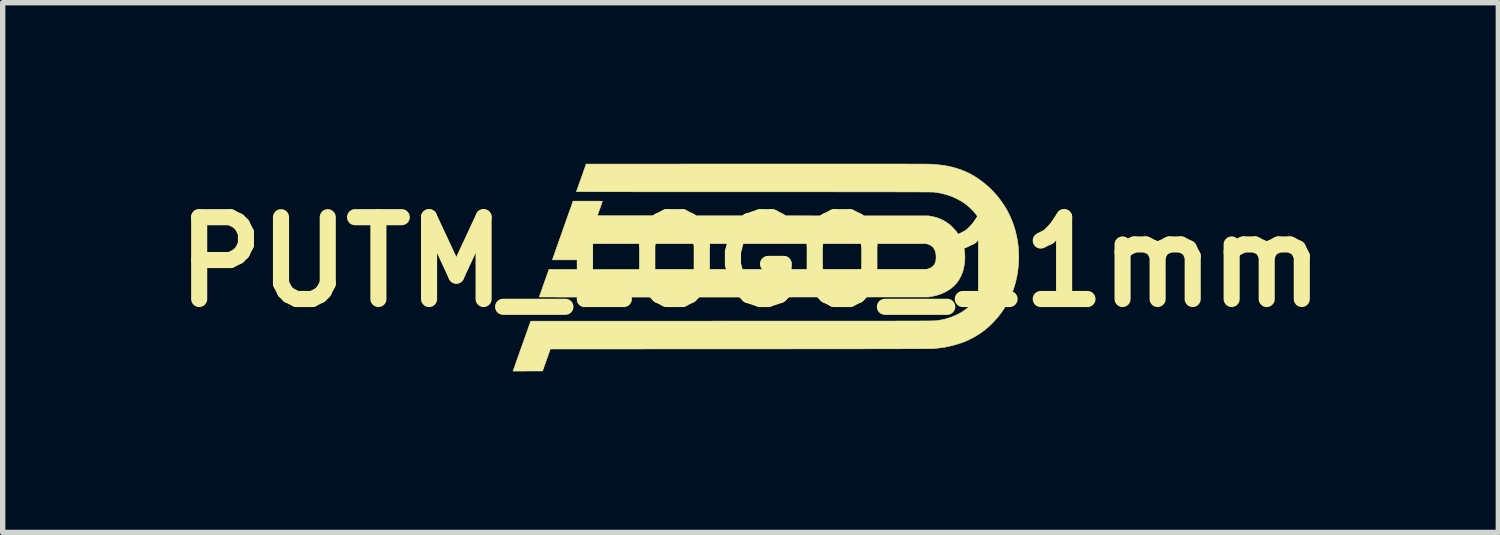
<source format=kicad_pcb>
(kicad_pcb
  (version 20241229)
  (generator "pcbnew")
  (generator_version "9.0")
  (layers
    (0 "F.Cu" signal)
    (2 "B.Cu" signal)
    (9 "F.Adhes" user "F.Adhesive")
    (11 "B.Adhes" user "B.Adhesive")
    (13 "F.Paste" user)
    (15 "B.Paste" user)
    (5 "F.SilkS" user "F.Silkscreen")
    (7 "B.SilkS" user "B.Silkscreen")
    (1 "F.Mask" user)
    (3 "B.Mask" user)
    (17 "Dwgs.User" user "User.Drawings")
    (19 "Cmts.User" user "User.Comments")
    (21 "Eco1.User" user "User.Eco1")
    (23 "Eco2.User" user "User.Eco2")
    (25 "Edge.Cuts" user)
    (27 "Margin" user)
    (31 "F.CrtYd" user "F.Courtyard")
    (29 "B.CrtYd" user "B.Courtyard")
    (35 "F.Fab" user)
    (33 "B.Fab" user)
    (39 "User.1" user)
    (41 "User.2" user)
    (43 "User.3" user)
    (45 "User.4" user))
  (footprint "PUTM_LOGO_11mm"
    (layer "F.Cu")
    (at 10.929 1.83)
    (property "Reference" "PUTM_LOGO_11mm" (at 0 0 0) (layer "F.SilkS") (effects (font (size 1.524 1.524) (thickness 0.3))))
    (attr through_hole)
    (fp_poly (pts (xy -2.98 -1.133) (xy -2.935 -1.133) (xy -2.895 -1.133) (xy -2.861 -1.133) (xy -2.833 -1.133) (xy -2.809 -1.133) (xy -2.79 -1.132) (xy -2.776 -1.132) (xy -2.766 -1.131) (xy -2.761 -1.131) (xy -2.759 -1.13) (xy -2.76 -1.126) (xy -2.763 -1.117) (xy -2.768 -1.103) (xy -2.774 -1.086) (xy -2.781 -1.064) (xy -2.79 -1.04) (xy -2.799 -1.014) (xy -2.805 -0.996) (xy -2.815 -0.968) (xy -2.824 -0.943) (xy -2.832 -0.92) (xy -2.839 -0.9) (xy -2.844 -0.883) (xy -2.848 -0.871) (xy -2.851 -0.864) (xy -2.851 -0.863) (xy -2.848 -0.863) (xy -2.839 -0.863) (xy -2.823 -0.862) (xy -2.802 -0.862) (xy -2.775 -0.862) (xy -2.742 -0.862) (xy -2.703 -0.862) (xy -2.66 -0.862) (xy -2.611 -0.862) (xy -2.556 -0.862) (xy -2.497 -0.862) (xy -2.433 -0.862) (xy -2.365 -0.861) (xy -2.291 -0.861) (xy -2.213 -0.861) (xy -2.131 -0.861) (xy -2.045 -0.861) (xy -1.955 -0.861) (xy -1.861 -0.861) (xy -1.763 -0.861) (xy -1.661 -0.861) (xy -1.557 -0.86) (xy -1.448 -0.86) (xy -1.337 -0.86) (xy -1.222 -0.86) (xy -1.104 -0.86) (xy -0.984 -0.86) (xy -0.861 -0.86) (xy -0.735 -0.86) (xy -0.607 -0.86) (xy -0.477 -0.86) (xy -0.345 -0.86) (xy -0.211 -0.86) (xy -0.074 -0.86) (xy 0.064 -0.86) (xy 0.203 -0.86) (xy 0.233 -0.86) (xy 3.316 -0.859) (xy 3.356 -0.852) (xy 3.421 -0.839) (xy 3.482 -0.822) (xy 3.538 -0.8) (xy 3.592 -0.775) (xy 3.643 -0.744) (xy 3.693 -0.709) (xy 3.734 -0.675) (xy 3.782 -0.628) (xy 3.826 -0.577) (xy 3.866 -0.522) (xy 3.901 -0.464) (xy 3.931 -0.404) (xy 3.955 -0.341) (xy 3.973 -0.278) (xy 3.985 -0.212) (xy 3.992 -0.145) (xy 3.994 -0.075) (xy 3.991 -0.026) (xy 3.984 0.039) (xy 3.974 0.099) (xy 3.961 0.155) (xy 3.943 0.207) (xy 3.922 0.258) (xy 3.921 0.26) (xy 3.901 0.299) (xy 3.881 0.334) (xy 3.86 0.365) (xy 3.836 0.395) (xy 3.809 0.425) (xy 3.805 0.428) (xy 3.763 0.468) (xy 3.719 0.504) (xy 3.671 0.535) (xy 3.619 0.563) (xy 3.618 0.564) (xy 3.578 0.582) (xy 3.537 0.599) (xy 3.495 0.613) (xy 3.451 0.625) (xy 3.403 0.636) (xy 3.353 0.645) (xy 3.313 0.652) (xy -0.31 0.653) (xy -0.462 0.653) (xy -0.612 0.653) (xy -0.76 0.653) (xy -0.907 0.653) (xy -1.052 0.653) (xy -1.194 0.653) (xy -1.335 0.653) (xy -1.473 0.653) (xy -1.609 0.653) (xy -1.742 0.653) (xy -1.873 0.653) (xy -2 0.653) (xy -2.125 0.653) (xy -2.247 0.653) (xy -2.366 0.653) (xy -2.481 0.653) (xy -2.593 0.653) (xy -2.701 0.653) (xy -2.806 0.653) (xy -2.907 0.653) (xy -3.004 0.653) (xy -3.097 0.653) (xy -3.185 0.653) (xy -3.27 0.653) (xy -3.35 0.653) (xy -3.425 0.653) (xy -3.496 0.653) (xy -3.562 0.653) (xy -3.623 0.653) (xy -3.679 0.652) (xy -3.729 0.652) (xy -3.775 0.652) (xy -3.815 0.652) (xy -3.849 0.652) (xy -3.878 0.652) (xy -3.901 0.652) (xy -3.918 0.652) (xy -3.929 0.652) (xy -3.934 0.652) (xy -3.934 0.652) (xy -3.933 0.648) (xy -3.93 0.64) (xy -3.925 0.626) (xy -3.919 0.607) (xy -3.911 0.584) (xy -3.901 0.557) (xy -3.891 0.527) (xy -3.879 0.495) (xy -3.867 0.459) (xy -3.854 0.422) (xy -3.844 0.394) (xy -3.753 0.138) (xy -0.234 0.137) (xy 3.285 0.135) (xy 3.308 0.128) (xy 3.343 0.116) (xy 3.373 0.1) (xy 3.398 0.081) (xy 3.419 0.058) (xy 3.435 0.031) (xy 3.447 -0.001) (xy 3.454 -0.036) (xy 3.457 -0.077) (xy 3.457 -0.111) (xy 3.452 -0.155) (xy 3.444 -0.194) (xy 3.431 -0.228) (xy 3.413 -0.258) (xy 3.391 -0.284) (xy 3.364 -0.305) (xy 3.333 -0.322) (xy 3.299 -0.334) (xy 3.272 -0.341) (xy -3.036 -0.341) (xy -3.089 -0.191) (xy -3.143 -0.04) (xy -3.416 -0.039) (xy -3.466 -0.039) (xy -3.511 -0.039) (xy -3.552 -0.039) (xy -3.588 -0.039) (xy -3.618 -0.039) (xy -3.644 -0.039) (xy -3.664 -0.04) (xy -3.679 -0.04) (xy -3.687 -0.041) (xy -3.689 -0.041) (xy -3.688 -0.044) (xy -3.685 -0.053) (xy -3.68 -0.068) (xy -3.674 -0.087) (xy -3.665 -0.111) (xy -3.655 -0.14) (xy -3.644 -0.173) (xy -3.631 -0.209) (xy -3.617 -0.25) (xy -3.601 -0.293) (xy -3.585 -0.34) (xy -3.568 -0.389) (xy -3.549 -0.44) (xy -3.53 -0.494) (xy -3.511 -0.549) (xy -3.502 -0.575) (xy -3.482 -0.631) (xy -3.463 -0.686) (xy -3.444 -0.739) (xy -3.426 -0.79) (xy -3.409 -0.838) (xy -3.393 -0.883) (xy -3.378 -0.926) (xy -3.364 -0.965) (xy -3.351 -1.001) (xy -3.34 -1.032) (xy -3.331 -1.059) (xy -3.323 -1.082) (xy -3.316 -1.099) (xy -3.312 -1.112) (xy -3.31 -1.119) (xy -3.309 -1.12) (xy -3.305 -1.133) (xy -3.032 -1.133) (xy -2.98 -1.133)) (stroke (width 0.01) (type solid)) (fill yes) (layer "F.SilkS"))
    (fp_poly (pts (xy 1.58 -1.825) (xy 1.714 -1.825) (xy 1.842 -1.825) (xy 1.964 -1.825) (xy 2.08 -1.825) (xy 2.191 -1.825) (xy 2.297 -1.825) (xy 2.397 -1.825) (xy 2.492 -1.825) (xy 2.581 -1.825) (xy 2.666 -1.825) (xy 2.745 -1.825) (xy 2.819 -1.825) (xy 2.887 -1.825) (xy 2.951 -1.824) (xy 3.01 -1.824) (xy 3.064 -1.824) (xy 3.114 -1.824) (xy 3.158 -1.824) (xy 3.198 -1.824) (xy 3.233 -1.824) (xy 3.264 -1.824) (xy 3.29 -1.823) (xy 3.312 -1.823) (xy 3.329 -1.823) (xy 3.342 -1.823) (xy 3.351 -1.823) (xy 3.354 -1.822) (xy 3.459 -1.815) (xy 3.559 -1.804) (xy 3.654 -1.789) (xy 3.745 -1.77) (xy 3.833 -1.746) (xy 3.918 -1.718) (xy 4 -1.685) (xy 4.079 -1.648) (xy 4.156 -1.605) (xy 4.232 -1.557) (xy 4.306 -1.504) (xy 4.379 -1.446) (xy 4.421 -1.41) (xy 4.442 -1.391) (xy 4.466 -1.368) (xy 4.491 -1.343) (xy 4.517 -1.317) (xy 4.542 -1.29) (xy 4.565 -1.265) (xy 4.585 -1.243) (xy 4.594 -1.232) (xy 4.658 -1.15) (xy 4.717 -1.065) (xy 4.771 -0.977) (xy 4.819 -0.886) (xy 4.861 -0.792) (xy 4.898 -0.696) (xy 4.929 -0.597) (xy 4.954 -0.496) (xy 4.974 -0.394) (xy 4.987 -0.289) (xy 4.995 -0.183) (xy 4.997 -0.075) (xy 4.992 0.034) (xy 4.989 0.072) (xy 4.977 0.18) (xy 4.959 0.284) (xy 4.935 0.387) (xy 4.905 0.487) (xy 4.869 0.585) (xy 4.828 0.68) (xy 4.807 0.722) (xy 4.76 0.809) (xy 4.708 0.892) (xy 4.652 0.97) (xy 4.591 1.046) (xy 4.524 1.119) (xy 4.497 1.147) (xy 4.459 1.184) (xy 4.423 1.216) (xy 4.388 1.246) (xy 4.353 1.275) (xy 4.315 1.302) (xy 4.274 1.331) (xy 4.262 1.338) (xy 4.19 1.384) (xy 4.117 1.424) (xy 4.043 1.46) (xy 3.967 1.491) (xy 3.902 1.514) (xy 3.85 1.53) (xy 3.801 1.545) (xy 3.753 1.558) (xy 3.707 1.569) (xy 3.66 1.579) (xy 3.612 1.588) (xy 3.562 1.595) (xy 3.508 1.602) (xy 3.45 1.609) (xy 3.402 1.614) (xy 3.398 1.614) (xy 3.392 1.614) (xy 3.383 1.614) (xy 3.371 1.614) (xy 3.355 1.614) (xy 3.337 1.615) (xy 3.315 1.615) (xy 3.29 1.615) (xy 3.262 1.615) (xy 3.23 1.615) (xy 3.195 1.615) (xy 3.156 1.616) (xy 3.113 1.616) (xy 3.067 1.616) (xy 3.016 1.616) (xy 2.962 1.616) (xy 2.903 1.616) (xy 2.841 1.616) (xy 2.774 1.617) (xy 2.702 1.617) (xy 2.627 1.617) (xy 2.546 1.617) (xy 2.462 1.617) (xy 2.372 1.617) (xy 2.278 1.617) (xy 2.179 1.617) (xy 2.074 1.618) (xy 1.965 1.618) (xy 1.851 1.618) (xy 1.732 1.618) (xy 1.607 1.618) (xy 1.477 1.618) (xy 1.341 1.618) (xy 1.2 1.618) (xy 1.053 1.618) (xy 0.901 1.618) (xy 0.742 1.619) (xy 0.578 1.619) (xy 0.408 1.619) (xy 0.232 1.619) (xy 0.049 1.619) (xy -0.139 1.619) (xy -0.184 1.619) (xy -3.728 1.621) (xy -3.8 1.826) (xy -3.873 2.03) (xy -4.148 2.031) (xy -4.423 2.032) (xy -4.411 1.998) (xy -4.408 1.991) (xy -4.404 1.978) (xy -4.397 1.96) (xy -4.389 1.938) (xy -4.38 1.91) (xy -4.369 1.879) (xy -4.356 1.844) (xy -4.343 1.805) (xy -4.328 1.764) (xy -4.312 1.719) (xy -4.296 1.673) (xy -4.279 1.624) (xy -4.261 1.574) (xy -4.246 1.533) (xy -4.094 1.102) (xy -0.348 1.101) (xy -0.162 1.101) (xy 0.018 1.101) (xy 0.192 1.101) (xy 0.36 1.101) (xy 0.522 1.101) (xy 0.678 1.101) (xy 0.828 1.101) (xy 0.973 1.101) (xy 1.112 1.1) (xy 1.246 1.1) (xy 1.374 1.1) (xy 1.498 1.1) (xy 1.616 1.1) (xy 1.73 1.1) (xy 1.838 1.1) (xy 1.942 1.1) (xy 2.041 1.1) (xy 2.136 1.1) (xy 2.226 1.1) (xy 2.312 1.1) (xy 2.394 1.1) (xy 2.472 1.1) (xy 2.545 1.1) (xy 2.615 1.1) (xy 2.681 1.1) (xy 2.744 1.099) (xy 2.802 1.099) (xy 2.858 1.099) (xy 2.91 1.099) (xy 2.959 1.099) (xy 3.004 1.099) (xy 3.047 1.099) (xy 3.087 1.099) (xy 3.124 1.099) (xy 3.158 1.099) (xy 3.19 1.098) (xy 3.219 1.098) (xy 3.246 1.098) (xy 3.271 1.098) (xy 3.293 1.098) (xy 3.314 1.098) (xy 3.332 1.098) (xy 3.349 1.097) (xy 3.364 1.097) (xy 3.377 1.097) (xy 3.389 1.097) (xy 3.399 1.097) (xy 3.408 1.096) (xy 3.416 1.096) (xy 3.423 1.096) (xy 3.429 1.096) (xy 3.434 1.095) (xy 3.438 1.095) (xy 3.442 1.095) (xy 3.445 1.095) (xy 3.448 1.094) (xy 3.448 1.094) (xy 3.497 1.088) (xy 3.542 1.081) (xy 3.583 1.074) (xy 3.623 1.064) (xy 3.662 1.054) (xy 3.667 1.052) (xy 3.746 1.025) (xy 3.821 0.994) (xy 3.892 0.959) (xy 3.959 0.919) (xy 4.022 0.874) (xy 4.083 0.824) (xy 4.126 0.783) (xy 4.15 0.758) (xy 4.171 0.736) (xy 4.189 0.716) (xy 4.206 0.696) (xy 4.222 0.674) (xy 4.239 0.649) (xy 4.251 0.632) (xy 4.291 0.565) (xy 4.327 0.495) (xy 4.358 0.42) (xy 4.385 0.341) (xy 4.406 0.259) (xy 4.422 0.173) (xy 4.434 0.083) (xy 4.441 -0.01) (xy 4.443 -0.106) (xy 4.441 -0.164) (xy 4.435 -0.257) (xy 4.424 -0.347) (xy 4.408 -0.434) (xy 4.387 -0.517) (xy 4.361 -0.597) (xy 4.33 -0.674) (xy 4.294 -0.747) (xy 4.253 -0.815) (xy 4.208 -0.88) (xy 4.157 -0.941) (xy 4.132 -0.968) (xy 4.081 -1.017) (xy 4.028 -1.062) (xy 3.973 -1.103) (xy 3.913 -1.141) (xy 3.849 -1.175) (xy 3.837 -1.181) (xy 3.772 -1.211) (xy 3.706 -1.237) (xy 3.639 -1.258) (xy 3.569 -1.276) (xy 3.495 -1.291) (xy 3.417 -1.302) (xy 3.415 -1.302) (xy 3.412 -1.302) (xy 3.406 -1.303) (xy 3.397 -1.303) (xy 3.386 -1.303) (xy 3.371 -1.303) (xy 3.354 -1.303) (xy 3.333 -1.304) (xy 3.31 -1.304) (xy 3.282 -1.304) (xy 3.252 -1.304) (xy 3.218 -1.304) (xy 3.18 -1.304) (xy 3.139 -1.305) (xy 3.094 -1.305) (xy 3.044 -1.305) (xy 2.991 -1.305) (xy 2.934 -1.305) (xy 2.873 -1.305) (xy 2.808 -1.305) (xy 2.738 -1.305) (xy 2.664 -1.306) (xy 2.585 -1.306) (xy 2.502 -1.306) (xy 2.414 -1.306) (xy 2.321 -1.306) (xy 2.224 -1.306) (xy 2.121 -1.306) (xy 2.013 -1.306) (xy 1.901 -1.306) (xy 1.783 -1.306) (xy 1.659 -1.306) (xy 1.53 -1.307) (xy 1.396 -1.307) (xy 1.256 -1.307) (xy 1.111 -1.307) (xy 0.959 -1.307) (xy 0.802 -1.307) (xy 0.639 -1.307) (xy 0.47 -1.307) (xy 0.294 -1.307) (xy 0.113 -1.307) (xy 0.071 -1.307) (xy -0.074 -1.307) (xy -0.218 -1.307) (xy -0.359 -1.307) (xy -0.499 -1.307) (xy -0.637 -1.307) (xy -0.773 -1.307) (xy -0.907 -1.308) (xy -1.038 -1.308) (xy -1.167 -1.308) (xy -1.293 -1.308) (xy -1.417 -1.308) (xy -1.537 -1.308) (xy -1.655 -1.308) (xy -1.77 -1.308) (xy -1.881 -1.308) (xy -1.989 -1.308) (xy -2.093 -1.308) (xy -2.194 -1.308) (xy -2.291 -1.309) (xy -2.384 -1.309) (xy -2.473 -1.309) (xy -2.558 -1.309) (xy -2.639 -1.309) (xy -2.715 -1.309) (xy -2.786 -1.309) (xy -2.853 -1.309) (xy -2.915 -1.309) (xy -2.972 -1.31) (xy -3.024 -1.31) (xy -3.071 -1.31) (xy -3.112 -1.31) (xy -3.148 -1.31) (xy -3.179 -1.31) (xy -3.203 -1.31) (xy -3.222 -1.31) (xy -3.234 -1.31) (xy -3.241 -1.31) (xy -3.242 -1.311) (xy -3.241 -1.314) (xy -3.238 -1.323) (xy -3.233 -1.337) (xy -3.226 -1.355) (xy -3.218 -1.378) (xy -3.209 -1.405) (xy -3.199 -1.435) (xy -3.187 -1.468) (xy -3.175 -1.503) (xy -3.161 -1.54) (xy -3.151 -1.568) (xy -3.061 -1.824) (xy 0.11 -1.825) (xy 0.298 -1.825) (xy 0.48 -1.825) (xy 0.655 -1.825) (xy 0.824 -1.825) (xy 0.987 -1.825) (xy 1.145 -1.825) (xy 1.296 -1.825) (xy 1.441 -1.825) (xy 1.58 -1.825)) (stroke (width 0.01) (type solid)) (fill yes) (layer "F.SilkS")))
  (gr_rect
    (start -3 -3)
    (end 24.859 6.867)
    (stroke (width 0.1) (type default))
    (fill no)
    (layer "Edge.Cuts")))
</source>
